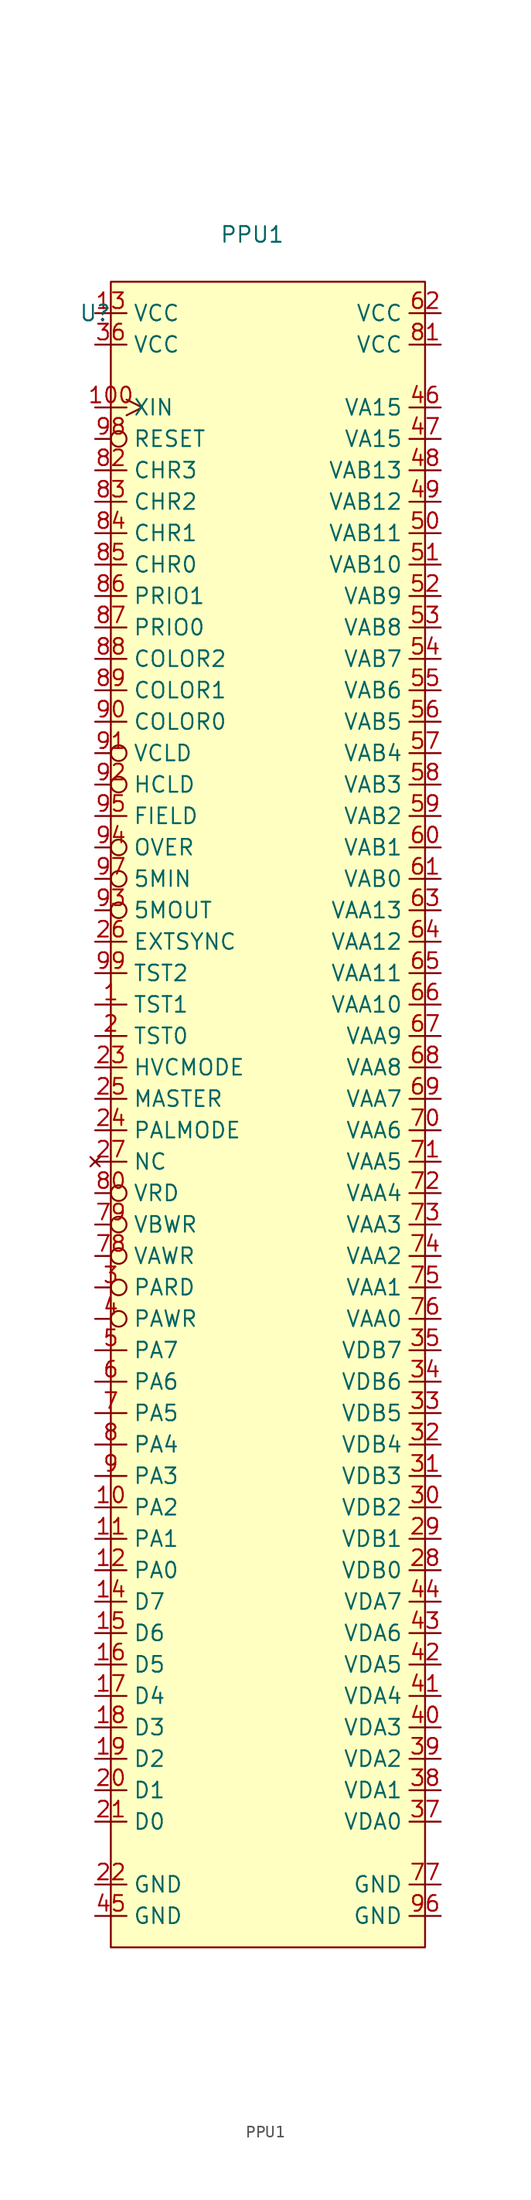
<source format=kicad_sym>
(kicad_symbol_lib
  (version 20211014)
  (generator kicad_symbol_editor)
  (symbol "PPU1"
    (property "Reference" "U"
      (at -12.7 1.27 0)
      (effects (font (size 1.27 1.27))))
    (property "Value" "PPU1"
      (at 0 7.62 0)
      (effects (font (size 1.27 1.27))))
    (symbol "PPU1_0_0"
      (pin input line (at -12.7 -54.61 0) (length 2.54) (name "TST1" (effects (font (size 1.27 1.27)))) (number "1" (effects (font (size 1.27 1.27)))))
      (pin input line (at -12.7 -95.25 0) (length 2.54) (name "PA2" (effects (font (size 1.27 1.27)))) (number "10" (effects (font (size 1.27 1.27)))))
      (pin input clock (at -12.7 -6.35 0) (length 2.54) (name "XIN" (effects (font (size 1.27 1.27)))) (number "100" (effects (font (size 1.27 1.27)))))
      (pin input line (at -12.7 -97.79 0) (length 2.54) (name "PA1" (effects (font (size 1.27 1.27)))) (number "11" (effects (font (size 1.27 1.27)))))
      (pin input line (at -12.7 -100.33 0) (length 2.54) (name "PA0" (effects (font (size 1.27 1.27)))) (number "12" (effects (font (size 1.27 1.27)))))
      (pin power_in line (at -12.7 1.27 0) (length 2.54) (name "VCC" (effects (font (size 1.27 1.27)))) (number "13" (effects (font (size 1.27 1.27)))))
      (pin bidirectional line (at -12.7 -102.87 0) (length 2.54) (name "D7" (effects (font (size 1.27 1.27)))) (number "14" (effects (font (size 1.27 1.27)))))
      (pin bidirectional line (at -12.7 -105.41 0) (length 2.54) (name "D6" (effects (font (size 1.27 1.27)))) (number "15" (effects (font (size 1.27 1.27)))))
      (pin bidirectional line (at -12.7 -107.95 0) (length 2.54) (name "D5" (effects (font (size 1.27 1.27)))) (number "16" (effects (font (size 1.27 1.27)))))
      (pin bidirectional line (at -12.7 -110.49 0) (length 2.54) (name "D4" (effects (font (size 1.27 1.27)))) (number "17" (effects (font (size 1.27 1.27)))))
      (pin bidirectional line (at -12.7 -113.03 0) (length 2.54) (name "D3" (effects (font (size 1.27 1.27)))) (number "18" (effects (font (size 1.27 1.27)))))
      (pin bidirectional line (at -12.7 -115.57 0) (length 2.54) (name "D2" (effects (font (size 1.27 1.27)))) (number "19" (effects (font (size 1.27 1.27)))))
      (pin input line (at -12.7 -57.15 0) (length 2.54) (name "TST0" (effects (font (size 1.27 1.27)))) (number "2" (effects (font (size 1.27 1.27)))))
      (pin bidirectional line (at -12.7 -118.11 0) (length 2.54) (name "D1" (effects (font (size 1.27 1.27)))) (number "20" (effects (font (size 1.27 1.27)))))
      (pin bidirectional line (at -12.7 -120.65 0) (length 2.54) (name "D0" (effects (font (size 1.27 1.27)))) (number "21" (effects (font (size 1.27 1.27)))))
      (pin power_in line (at -12.7 -125.73 0) (length 2.54) (name "GND" (effects (font (size 1.27 1.27)))) (number "22" (effects (font (size 1.27 1.27)))))
      (pin input line (at -12.7 -59.69 0) (length 2.54) (name "HVCMODE" (effects (font (size 1.27 1.27)))) (number "23" (effects (font (size 1.27 1.27)))))
      (pin input line (at -12.7 -64.77 0) (length 2.54) (name "PALMODE" (effects (font (size 1.27 1.27)))) (number "24" (effects (font (size 1.27 1.27)))))
      (pin input line (at -12.7 -62.23 0) (length 2.54) (name "MASTER" (effects (font (size 1.27 1.27)))) (number "25" (effects (font (size 1.27 1.27)))))
      (pin input line (at -12.7 -49.53 0) (length 2.54) (name "EXTSYNC" (effects (font (size 1.27 1.27)))) (number "26" (effects (font (size 1.27 1.27)))))
      (pin no_connect line (at -12.7 -67.31 0) (length 2.54) (name "NC" (effects (font (size 1.27 1.27)))) (number "27" (effects (font (size 1.27 1.27)))))
      (pin bidirectional line (at 15.24 -100.33 180) (length 2.54) (name "VDB0" (effects (font (size 1.27 1.27)))) (number "28" (effects (font (size 1.27 1.27)))))
      (pin bidirectional line (at 15.24 -97.79 180) (length 2.54) (name "VDB1" (effects (font (size 1.27 1.27)))) (number "29" (effects (font (size 1.27 1.27)))))
      (pin input inverted (at -12.7 -77.47 0) (length 2.54) (name "PARD" (effects (font (size 1.27 1.27)))) (number "3" (effects (font (size 1.27 1.27)))))
      (pin bidirectional line (at 15.24 -95.25 180) (length 2.54) (name "VDB2" (effects (font (size 1.27 1.27)))) (number "30" (effects (font (size 1.27 1.27)))))
      (pin bidirectional line (at 15.24 -92.71 180) (length 2.54) (name "VDB3" (effects (font (size 1.27 1.27)))) (number "31" (effects (font (size 1.27 1.27)))))
      (pin bidirectional line (at 15.24 -90.17 180) (length 2.54) (name "VDB4" (effects (font (size 1.27 1.27)))) (number "32" (effects (font (size 1.27 1.27)))))
      (pin bidirectional line (at 15.24 -87.63 180) (length 2.54) (name "VDB5" (effects (font (size 1.27 1.27)))) (number "33" (effects (font (size 1.27 1.27)))))
      (pin bidirectional line (at 15.24 -85.09 180) (length 2.54) (name "VDB6" (effects (font (size 1.27 1.27)))) (number "34" (effects (font (size 1.27 1.27)))))
      (pin bidirectional line (at 15.24 -82.55 180) (length 2.54) (name "VDB7" (effects (font (size 1.27 1.27)))) (number "35" (effects (font (size 1.27 1.27)))))
      (pin power_in line (at -12.7 -1.27 0) (length 2.54) (name "VCC" (effects (font (size 1.27 1.27)))) (number "36" (effects (font (size 1.27 1.27)))))
      (pin bidirectional line (at 15.24 -120.65 180) (length 2.54) (name "VDA0" (effects (font (size 1.27 1.27)))) (number "37" (effects (font (size 1.27 1.27)))))
      (pin bidirectional line (at 15.24 -118.11 180) (length 2.54) (name "VDA1" (effects (font (size 1.27 1.27)))) (number "38" (effects (font (size 1.27 1.27)))))
      (pin bidirectional line (at 15.24 -115.57 180) (length 2.54) (name "VDA2" (effects (font (size 1.27 1.27)))) (number "39" (effects (font (size 1.27 1.27)))))
      (pin input inverted (at -12.7 -80.01 0) (length 2.54) (name "PAWR" (effects (font (size 1.27 1.27)))) (number "4" (effects (font (size 1.27 1.27)))))
      (pin bidirectional line (at 15.24 -113.03 180) (length 2.54) (name "VDA3" (effects (font (size 1.27 1.27)))) (number "40" (effects (font (size 1.27 1.27)))))
      (pin bidirectional line (at 15.24 -110.49 180) (length 2.54) (name "VDA4" (effects (font (size 1.27 1.27)))) (number "41" (effects (font (size 1.27 1.27)))))
      (pin bidirectional line (at 15.24 -107.95 180) (length 2.54) (name "VDA5" (effects (font (size 1.27 1.27)))) (number "42" (effects (font (size 1.27 1.27)))))
      (pin bidirectional line (at 15.24 -105.41 180) (length 2.54) (name "VDA6" (effects (font (size 1.27 1.27)))) (number "43" (effects (font (size 1.27 1.27)))))
      (pin bidirectional line (at 15.24 -102.87 180) (length 2.54) (name "VDA7" (effects (font (size 1.27 1.27)))) (number "44" (effects (font (size 1.27 1.27)))))
      (pin power_in line (at -12.7 -128.27 0) (length 2.54) (name "GND" (effects (font (size 1.27 1.27)))) (number "45" (effects (font (size 1.27 1.27)))))
      (pin output line (at 15.24 -6.35 180) (length 2.54) (name "VA15" (effects (font (size 1.27 1.27)))) (number "46" (effects (font (size 1.27 1.27)))))
      (pin output line (at 15.24 -8.89 180) (length 2.54) (name "VA15" (effects (font (size 1.27 1.27)))) (number "47" (effects (font (size 1.27 1.27)))))
      (pin output line (at 15.24 -11.43 180) (length 2.54) (name "VAB13" (effects (font (size 1.27 1.27)))) (number "48" (effects (font (size 1.27 1.27)))))
      (pin output line (at 15.24 -13.97 180) (length 2.54) (name "VAB12" (effects (font (size 1.27 1.27)))) (number "49" (effects (font (size 1.27 1.27)))))
      (pin input line (at -12.7 -82.55 0) (length 2.54) (name "PA7" (effects (font (size 1.27 1.27)))) (number "5" (effects (font (size 1.27 1.27)))))
      (pin output line (at 15.24 -16.51 180) (length 2.54) (name "VAB11" (effects (font (size 1.27 1.27)))) (number "50" (effects (font (size 1.27 1.27)))))
      (pin output line (at 15.24 -19.05 180) (length 2.54) (name "VAB10" (effects (font (size 1.27 1.27)))) (number "51" (effects (font (size 1.27 1.27)))))
      (pin output line (at 15.24 -21.59 180) (length 2.54) (name "VAB9" (effects (font (size 1.27 1.27)))) (number "52" (effects (font (size 1.27 1.27)))))
      (pin output line (at 15.24 -24.13 180) (length 2.54) (name "VAB8" (effects (font (size 1.27 1.27)))) (number "53" (effects (font (size 1.27 1.27)))))
      (pin output line (at 15.24 -26.67 180) (length 2.54) (name "VAB7" (effects (font (size 1.27 1.27)))) (number "54" (effects (font (size 1.27 1.27)))))
      (pin output line (at 15.24 -29.21 180) (length 2.54) (name "VAB6" (effects (font (size 1.27 1.27)))) (number "55" (effects (font (size 1.27 1.27)))))
      (pin output line (at 15.24 -31.75 180) (length 2.54) (name "VAB5" (effects (font (size 1.27 1.27)))) (number "56" (effects (font (size 1.27 1.27)))))
      (pin output line (at 15.24 -34.29 180) (length 2.54) (name "VAB4" (effects (font (size 1.27 1.27)))) (number "57" (effects (font (size 1.27 1.27)))))
      (pin output line (at 15.24 -36.83 180) (length 2.54) (name "VAB3" (effects (font (size 1.27 1.27)))) (number "58" (effects (font (size 1.27 1.27)))))
      (pin output line (at 15.24 -39.37 180) (length 2.54) (name "VAB2" (effects (font (size 1.27 1.27)))) (number "59" (effects (font (size 1.27 1.27)))))
      (pin input line (at -12.7 -85.09 0) (length 2.54) (name "PA6" (effects (font (size 1.27 1.27)))) (number "6" (effects (font (size 1.27 1.27)))))
      (pin output line (at 15.24 -41.91 180) (length 2.54) (name "VAB1" (effects (font (size 1.27 1.27)))) (number "60" (effects (font (size 1.27 1.27)))))
      (pin output line (at 15.24 -44.45 180) (length 2.54) (name "VAB0" (effects (font (size 1.27 1.27)))) (number "61" (effects (font (size 1.27 1.27)))))
      (pin power_in line (at 15.24 1.27 180) (length 2.54) (name "VCC" (effects (font (size 1.27 1.27)))) (number "62" (effects (font (size 1.27 1.27)))))
      (pin output line (at 15.24 -46.99 180) (length 2.54) (name "VAA13" (effects (font (size 1.27 1.27)))) (number "63" (effects (font (size 1.27 1.27)))))
      (pin output line (at 15.24 -49.53 180) (length 2.54) (name "VAA12" (effects (font (size 1.27 1.27)))) (number "64" (effects (font (size 1.27 1.27)))))
      (pin output line (at 15.24 -52.07 180) (length 2.54) (name "VAA11" (effects (font (size 1.27 1.27)))) (number "65" (effects (font (size 1.27 1.27)))))
      (pin output line (at 15.24 -54.61 180) (length 2.54) (name "VAA10" (effects (font (size 1.27 1.27)))) (number "66" (effects (font (size 1.27 1.27)))))
      (pin output line (at 15.24 -57.15 180) (length 2.54) (name "VAA9" (effects (font (size 1.27 1.27)))) (number "67" (effects (font (size 1.27 1.27)))))
      (pin output line (at 15.24 -59.69 180) (length 2.54) (name "VAA8" (effects (font (size 1.27 1.27)))) (number "68" (effects (font (size 1.27 1.27)))))
      (pin output line (at 15.24 -62.23 180) (length 2.54) (name "VAA7" (effects (font (size 1.27 1.27)))) (number "69" (effects (font (size 1.27 1.27)))))
      (pin input line (at -12.7 -87.63 0) (length 2.54) (name "PA5" (effects (font (size 1.27 1.27)))) (number "7" (effects (font (size 1.27 1.27)))))
      (pin output line (at 15.24 -64.77 180) (length 2.54) (name "VAA6" (effects (font (size 1.27 1.27)))) (number "70" (effects (font (size 1.27 1.27)))))
      (pin output line (at 15.24 -67.31 180) (length 2.54) (name "VAA5" (effects (font (size 1.27 1.27)))) (number "71" (effects (font (size 1.27 1.27)))))
      (pin output line (at 15.24 -69.85 180) (length 2.54) (name "VAA4" (effects (font (size 1.27 1.27)))) (number "72" (effects (font (size 1.27 1.27)))))
      (pin output line (at 15.24 -72.39 180) (length 2.54) (name "VAA3" (effects (font (size 1.27 1.27)))) (number "73" (effects (font (size 1.27 1.27)))))
      (pin output line (at 15.24 -74.93 180) (length 2.54) (name "VAA2" (effects (font (size 1.27 1.27)))) (number "74" (effects (font (size 1.27 1.27)))))
      (pin output line (at 15.24 -77.47 180) (length 2.54) (name "VAA1" (effects (font (size 1.27 1.27)))) (number "75" (effects (font (size 1.27 1.27)))))
      (pin output line (at 15.24 -80.01 180) (length 2.54) (name "VAA0" (effects (font (size 1.27 1.27)))) (number "76" (effects (font (size 1.27 1.27)))))
      (pin power_in line (at 15.24 -125.73 180) (length 2.54) (name "GND" (effects (font (size 1.27 1.27)))) (number "77" (effects (font (size 1.27 1.27)))))
      (pin output inverted (at -12.7 -74.93 0) (length 2.54) (name "VAWR" (effects (font (size 1.27 1.27)))) (number "78" (effects (font (size 1.27 1.27)))))
      (pin output inverted (at -12.7 -72.39 0) (length 2.54) (name "VBWR" (effects (font (size 1.27 1.27)))) (number "79" (effects (font (size 1.27 1.27)))))
      (pin input line (at -12.7 -90.17 0) (length 2.54) (name "PA4" (effects (font (size 1.27 1.27)))) (number "8" (effects (font (size 1.27 1.27)))))
      (pin output inverted (at -12.7 -69.85 0) (length 2.54) (name "VRD" (effects (font (size 1.27 1.27)))) (number "80" (effects (font (size 1.27 1.27)))))
      (pin power_in line (at 15.24 -1.27 180) (length 2.54) (name "VCC" (effects (font (size 1.27 1.27)))) (number "81" (effects (font (size 1.27 1.27)))))
      (pin unspecified line (at -12.7 -11.43 0) (length 2.54) (name "CHR3" (effects (font (size 1.27 1.27)))) (number "82" (effects (font (size 1.27 1.27)))))
      (pin unspecified line (at -12.7 -13.97 0) (length 2.54) (name "CHR2" (effects (font (size 1.27 1.27)))) (number "83" (effects (font (size 1.27 1.27)))))
      (pin unspecified line (at -12.7 -16.51 0) (length 2.54) (name "CHR1" (effects (font (size 1.27 1.27)))) (number "84" (effects (font (size 1.27 1.27)))))
      (pin unspecified line (at -12.7 -19.05 0) (length 2.54) (name "CHR0" (effects (font (size 1.27 1.27)))) (number "85" (effects (font (size 1.27 1.27)))))
      (pin unspecified line (at -12.7 -21.59 0) (length 2.54) (name "PRIO1" (effects (font (size 1.27 1.27)))) (number "86" (effects (font (size 1.27 1.27)))))
      (pin unspecified line (at -12.7 -24.13 0) (length 2.54) (name "PRIO0" (effects (font (size 1.27 1.27)))) (number "87" (effects (font (size 1.27 1.27)))))
      (pin unspecified line (at -12.7 -26.67 0) (length 2.54) (name "COLOR2" (effects (font (size 1.27 1.27)))) (number "88" (effects (font (size 1.27 1.27)))))
      (pin unspecified line (at -12.7 -29.21 0) (length 2.54) (name "COLOR1" (effects (font (size 1.27 1.27)))) (number "89" (effects (font (size 1.27 1.27)))))
      (pin input line (at -12.7 -92.71 0) (length 2.54) (name "PA3" (effects (font (size 1.27 1.27)))) (number "9" (effects (font (size 1.27 1.27)))))
      (pin unspecified line (at -12.7 -31.75 0) (length 2.54) (name "COLOR0" (effects (font (size 1.27 1.27)))) (number "90" (effects (font (size 1.27 1.27)))))
      (pin unspecified inverted (at -12.7 -34.29 0) (length 2.54) (name "VCLD" (effects (font (size 1.27 1.27)))) (number "91" (effects (font (size 1.27 1.27)))))
      (pin unspecified inverted (at -12.7 -36.83 0) (length 2.54) (name "HCLD" (effects (font (size 1.27 1.27)))) (number "92" (effects (font (size 1.27 1.27)))))
      (pin output inverted (at -12.7 -46.99 0) (length 2.54) (name "5MOUT" (effects (font (size 1.27 1.27)))) (number "93" (effects (font (size 1.27 1.27)))))
      (pin unspecified inverted (at -12.7 -41.91 0) (length 2.54) (name "OVER" (effects (font (size 1.27 1.27)))) (number "94" (effects (font (size 1.27 1.27)))))
      (pin unspecified line (at -12.7 -39.37 0) (length 2.54) (name "FIELD" (effects (font (size 1.27 1.27)))) (number "95" (effects (font (size 1.27 1.27)))))
      (pin power_in line (at 15.24 -128.27 180) (length 2.54) (name "GND" (effects (font (size 1.27 1.27)))) (number "96" (effects (font (size 1.27 1.27)))))
      (pin input inverted (at -12.7 -44.45 0) (length 2.54) (name "5MIN" (effects (font (size 1.27 1.27)))) (number "97" (effects (font (size 1.27 1.27)))))
      (pin input inverted (at -12.7 -8.89 0) (length 2.54) (name "RESET" (effects (font (size 1.27 1.27)))) (number "98" (effects (font (size 1.27 1.27)))))
      (pin input line (at -12.7 -52.07 0) (length 2.54) (name "TST2" (effects (font (size 1.27 1.27)))) (number "99" (effects (font (size 1.27 1.27))))))
    (symbol "PPU1_0_1"
      (rectangle (start -11.43 3.81) (end 13.97 -130.81) (stroke (width 0) (type default) (color 0 0 0 0)) (fill (type background))))))
</source>
